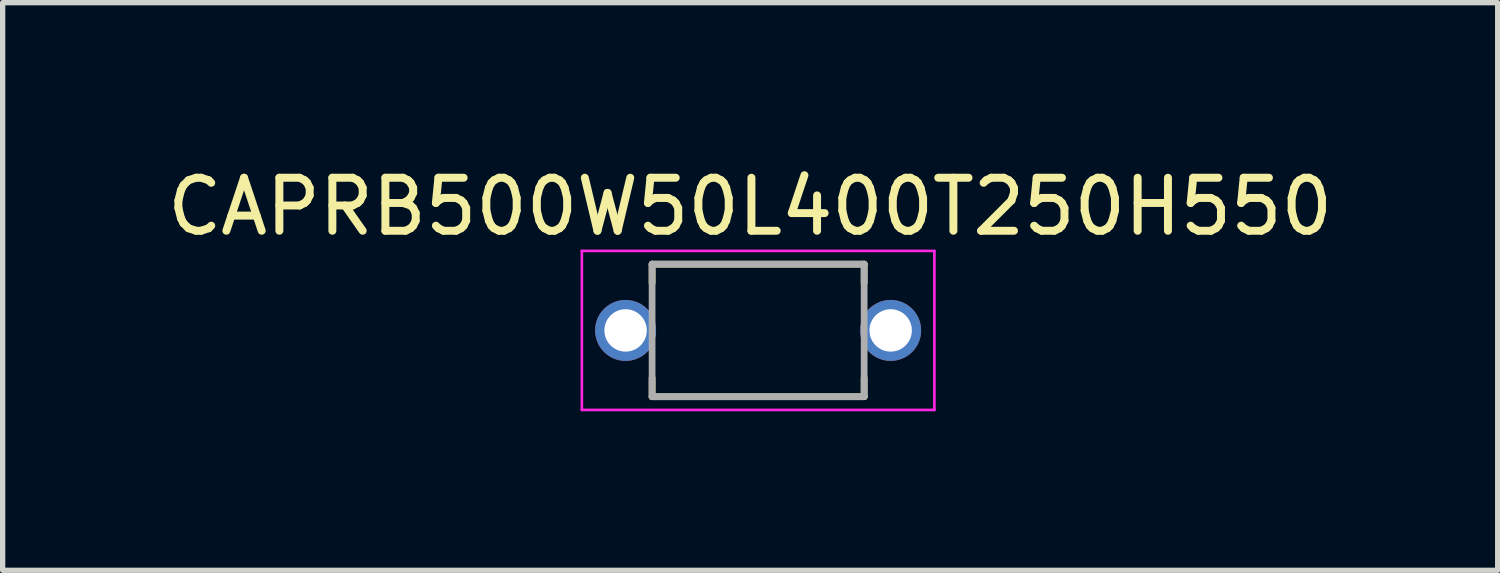
<source format=kicad_pcb>
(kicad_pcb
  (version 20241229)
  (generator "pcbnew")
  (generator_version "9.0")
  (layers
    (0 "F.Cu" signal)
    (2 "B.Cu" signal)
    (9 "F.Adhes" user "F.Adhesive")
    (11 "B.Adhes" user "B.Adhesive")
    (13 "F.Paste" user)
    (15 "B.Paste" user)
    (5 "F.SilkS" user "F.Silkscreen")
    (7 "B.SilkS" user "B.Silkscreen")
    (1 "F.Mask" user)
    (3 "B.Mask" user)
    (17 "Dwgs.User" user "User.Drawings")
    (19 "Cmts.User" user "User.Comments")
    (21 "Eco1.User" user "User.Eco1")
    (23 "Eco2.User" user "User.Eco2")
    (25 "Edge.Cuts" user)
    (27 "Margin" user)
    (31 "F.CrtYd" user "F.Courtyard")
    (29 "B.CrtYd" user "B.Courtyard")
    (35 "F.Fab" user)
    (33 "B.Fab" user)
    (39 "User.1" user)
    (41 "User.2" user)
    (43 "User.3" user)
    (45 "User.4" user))
  (footprint "CAPRB500W50L400T250H550"
    (layer "F.Cu")
    (at 11.251 3.183)
    (property "Reference" "CAPRB500W50L400T250H550" (at -0.15 -2.335 0) (layer "F.SilkS") (effects (font (size 1 1) (thickness 0.15))))
    (attr through_hole)
    (fp_line (start -2 -1.25) (end -2 -0.895) (stroke (width 0.127) (type solid)) (layer "F.SilkS"))
    (fp_line (start -2 -1.25) (end 2 -1.25) (stroke (width 0.127) (type solid)) (layer "F.SilkS"))
    (fp_line (start -2 1.25) (end -2 0.895) (stroke (width 0.127) (type solid)) (layer "F.SilkS"))
    (fp_line (start -2 1.25) (end 2 1.25) (stroke (width 0.127) (type solid)) (layer "F.SilkS"))
    (fp_line (start 2 -1.25) (end 2 -0.895) (stroke (width 0.127) (type solid)) (layer "F.SilkS"))
    (fp_line (start 2 1.25) (end 2 0.895) (stroke (width 0.127) (type solid)) (layer "F.SilkS"))
    (fp_line (start -3.325 -1.5) (end -3.325 1.5) (stroke (width 0.05) (type solid)) (layer "F.CrtYd"))
    (fp_line (start -3.325 -1.5) (end 3.325 -1.5) (stroke (width 0.05) (type solid)) (layer "F.CrtYd"))
    (fp_line (start 3.325 -1.5) (end 3.325 1.5) (stroke (width 0.05) (type solid)) (layer "F.CrtYd"))
    (fp_line (start 3.325 1.5) (end -3.325 1.5) (stroke (width 0.05) (type solid)) (layer "F.CrtYd"))
    (fp_line (start -2 -1.25) (end -2 1.25) (stroke (width 0.127) (type solid)) (layer "F.Fab"))
    (fp_line (start -2 -1.25) (end 2 -1.25) (stroke (width 0.127) (type solid)) (layer "F.Fab"))
    (fp_line (start 2 -1.25) (end 2 1.25) (stroke (width 0.127) (type solid)) (layer "F.Fab"))
    (fp_line (start 2 1.25) (end -2 1.25) (stroke (width 0.127) (type solid)) (layer "F.Fab"))
    (pad "1" thru_hole circle (at -2.5 0) (size 1.15 1.15) (drill 0.8) (layers "*.Cu" "*.Mask"))
    (pad "2" thru_hole circle (at 2.5 0) (size 1.15 1.15) (drill 0.8) (layers "*.Cu" "*.Mask")))
  (gr_rect
    (start -3 -3)
    (end 25.202 7.708)
    (stroke (width 0.1) (type default))
    (fill no)
    (layer "Edge.Cuts")))
</source>
